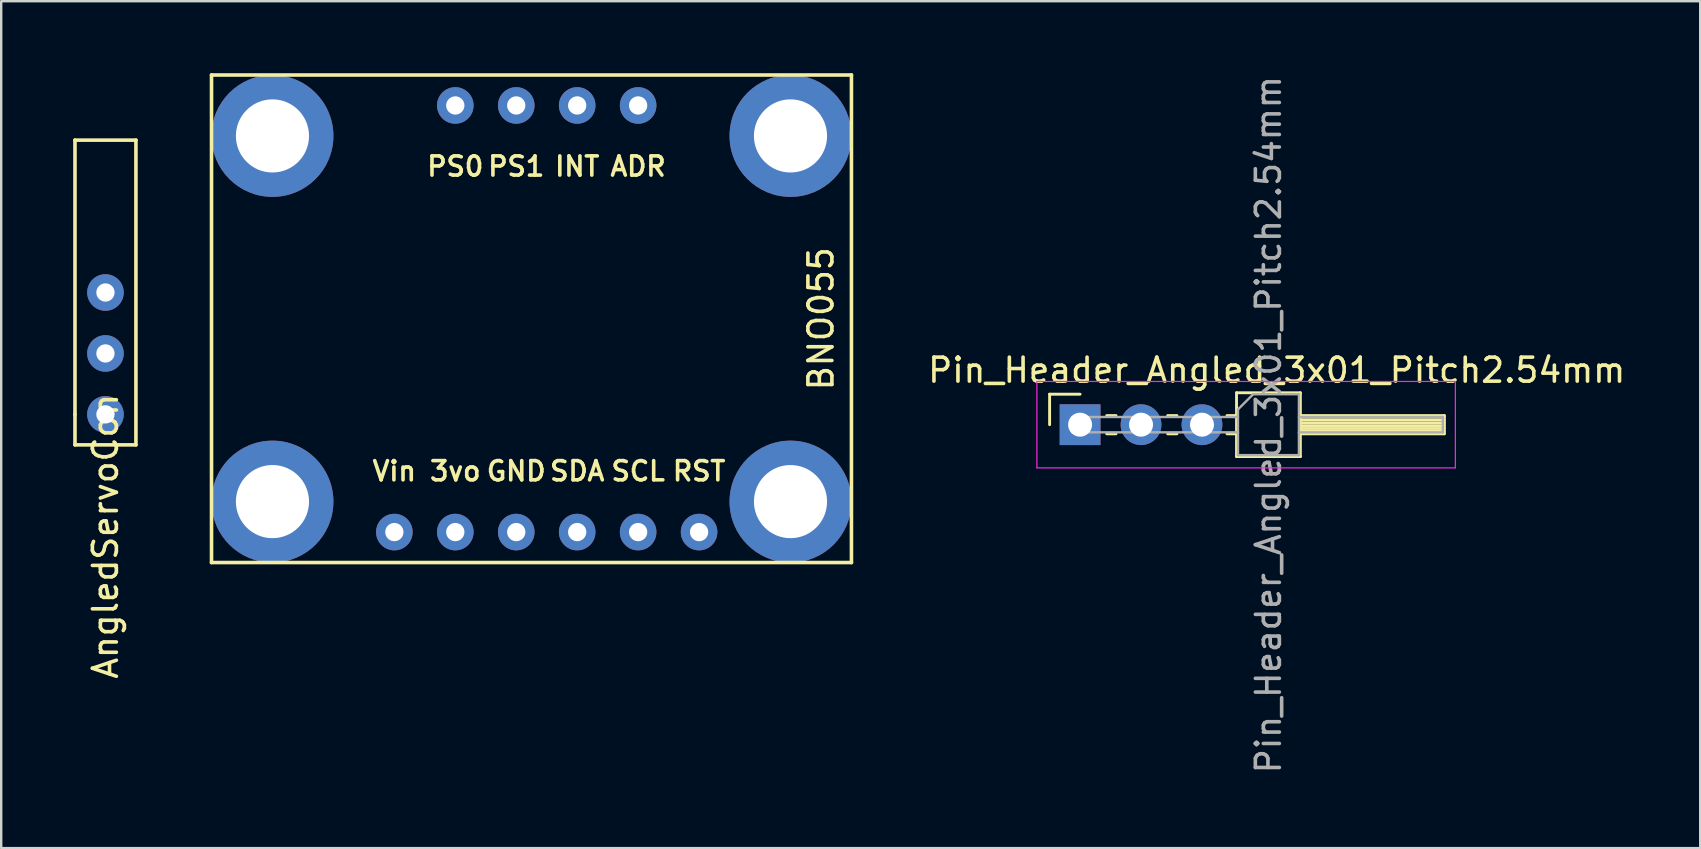
<source format=kicad_pcb>
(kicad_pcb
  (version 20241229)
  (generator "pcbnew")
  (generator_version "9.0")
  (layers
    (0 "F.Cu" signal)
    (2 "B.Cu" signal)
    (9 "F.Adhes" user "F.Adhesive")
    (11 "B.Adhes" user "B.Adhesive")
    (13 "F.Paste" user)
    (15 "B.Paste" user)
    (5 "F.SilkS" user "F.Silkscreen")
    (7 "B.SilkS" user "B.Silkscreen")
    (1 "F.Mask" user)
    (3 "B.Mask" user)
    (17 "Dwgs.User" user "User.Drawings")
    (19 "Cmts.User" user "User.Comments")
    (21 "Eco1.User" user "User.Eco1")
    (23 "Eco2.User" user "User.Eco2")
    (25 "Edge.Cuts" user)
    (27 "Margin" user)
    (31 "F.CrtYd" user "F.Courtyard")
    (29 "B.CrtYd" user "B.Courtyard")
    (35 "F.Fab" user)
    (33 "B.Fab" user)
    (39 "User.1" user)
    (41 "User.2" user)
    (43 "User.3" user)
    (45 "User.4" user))
  (footprint "AngledServoCon"
    (layer "F.Cu")
    (at 1.345 0.25)
    (property "Reference" "AngledServoCon" (at 0 19.05 270) (layer "F.SilkS") (effects (font (size 1 1) (thickness 0.15))))
    (attr through_hole)
    (fp_line (start -1.27 2.54) (end 1.27 2.54) (stroke (width 0.15) (type solid)) (layer "F.SilkS"))
    (fp_line (start -1.27 13.97) (end -1.27 2.54) (stroke (width 0.15) (type solid)) (layer "F.SilkS"))
    (fp_line (start -1.27 15.24) (end -1.27 13.97) (stroke (width 0.15) (type solid)) (layer "F.SilkS"))
    (fp_line (start 1.27 2.54) (end 1.27 15.24) (stroke (width 0.15) (type solid)) (layer "F.SilkS"))
    (fp_line (start 1.27 15.24) (end -1.27 15.24) (stroke (width 0.15) (type solid)) (layer "F.SilkS"))
    (pad "0" thru_hole circle (at 0 8.89) (size 1.524 1.524) (drill 0.762) (layers "*.Cu" "*.Mask"))
    (pad "1" thru_hole circle (at 0 11.43) (size 1.524 1.524) (drill 0.762) (layers "*.Cu" "*.Mask"))
    (pad "2" thru_hole circle (at 0 13.97) (size 1.524 1.524) (drill 0.762) (layers "*.Cu" "*.Mask")))
  (footprint "BNO055"
    (layer "F.Cu")
    (at 13.385 19.125)
    (property "Reference" "BNO055" (at 17.78 -8.89 90) (layer "F.SilkS") (effects (font (size 1 1) (thickness 0.15))))
    (attr through_hole)
    (fp_line (start -7.62 -19.05) (end 19.05 -19.05) (stroke (width 0.15) (type solid)) (layer "F.SilkS"))
    (fp_line (start -7.62 1.27) (end -7.62 -19.05) (stroke (width 0.15) (type solid)) (layer "F.SilkS"))
    (fp_line (start -7.62 1.27) (end 19.05 1.27) (stroke (width 0.15) (type solid)) (layer "F.SilkS"))
    (fp_line (start 19.05 1.27) (end 19.05 -19.05) (stroke (width 0.15) (type solid)) (layer "F.SilkS"))
    (fp_text user "Vin" (at 0 -2.54 0) (layer "F.SilkS") (effects (font (size 0.8 0.8) (thickness 0.15))))
    (fp_text user "PS0" (at 2.54 -15.24 0) (layer "F.SilkS") (effects (font (size 0.8 0.8) (thickness 0.15))))
    (fp_text user "GND" (at 5.08 -2.54 0) (layer "F.SilkS") (effects (font (size 0.8 0.8) (thickness 0.15))))
    (fp_text user "RST" (at 12.7 -2.54 0) (layer "F.SilkS") (effects (font (size 0.8 0.8) (thickness 0.15))))
    (fp_text user "3vo" (at 2.54 -2.54 0) (layer "F.SilkS") (effects (font (size 0.8 0.8) (thickness 0.15))))
    (fp_text user "PS1" (at 5.08 -15.24 0) (layer "F.SilkS") (effects (font (size 0.8 0.8) (thickness 0.15))))
    (fp_text user "SCL" (at 10.16 -2.54 0) (layer "F.SilkS") (effects (font (size 0.8 0.8) (thickness 0.15))))
    (fp_text user "SDA" (at 7.62 -2.54 0) (layer "F.SilkS") (effects (font (size 0.8 0.8) (thickness 0.15))))
    (fp_text user "INT" (at 7.62 -15.24 0) (layer "F.SilkS") (effects (font (size 0.8 0.8) (thickness 0.15))))
    (fp_text user "ADR" (at 10.16 -15.24 0) (layer "F.SilkS") (effects (font (size 0.8 0.8) (thickness 0.15))))
    (pad "" thru_hole circle (at -5.08 -16.51) (size 5.08 5.08) (drill 3.048) (layers "*.Cu" "*.Mask"))
    (pad "" thru_hole circle (at -5.08 -1.27) (size 5.08 5.08) (drill 3.048) (layers "*.Cu" "*.Mask"))
    (pad "" thru_hole circle (at 16.51 -16.51) (size 5.08 5.08) (drill 3.048) (layers "*.Cu" "*.Mask"))
    (pad "" thru_hole circle (at 16.51 -1.27) (size 5.08 5.08) (drill 3.048) (layers "*.Cu" "*.Mask"))
    (pad "1" thru_hole circle (at 0 0) (size 1.524 1.524) (drill 0.762) (layers "*.Cu" "*.Mask"))
    (pad "2" thru_hole circle (at 2.54 0) (size 1.524 1.524) (drill 0.762) (layers "*.Cu" "*.Mask"))
    (pad "3" thru_hole circle (at 5.08 0) (size 1.524 1.524) (drill 0.762) (layers "*.Cu" "*.Mask"))
    (pad "4" thru_hole circle (at 7.62 0) (size 1.524 1.524) (drill 0.762) (layers "*.Cu" "*.Mask"))
    (pad "5" thru_hole circle (at 10.16 0) (size 1.524 1.524) (drill 0.762) (layers "*.Cu" "*.Mask"))
    (pad "6" thru_hole circle (at 12.7 0) (size 1.524 1.524) (drill 0.762) (layers "*.Cu" "*.Mask"))
    (pad "7" thru_hole circle (at 10.16 -17.78) (size 1.524 1.524) (drill 0.762) (layers "*.Cu" "*.Mask"))
    (pad "8" thru_hole circle (at 7.62 -17.78) (size 1.524 1.524) (drill 0.762) (layers "*.Cu" "*.Mask"))
    (pad "9" thru_hole circle (at 5.08 -17.78) (size 1.524 1.524) (drill 0.762) (layers "*.Cu" "*.Mask"))
    (pad "10" thru_hole circle (at 2.54 -17.78) (size 1.524 1.524) (drill 0.762) (layers "*.Cu" "*.Mask")))
  (footprint "Pin_Header_Angled_3x01_Pitch2.54mm"
    (layer "F.Cu")
    (at 44.504 14.649)
    (property "Reference" "Pin_Header_Angled_3x01_Pitch2.54mm" (at 5.655 -2.27 0) (layer "F.SilkS") (effects (font (size 1 1) (thickness 0.15))))
    (attr through_hole)
    (fp_line (start -3.81 -1.27) (end -2.54 -1.27) (stroke (width 0.12) (type solid)) (layer "F.SilkS"))
    (fp_line (start -3.81 0) (end -3.81 -1.27) (stroke (width 0.12) (type solid)) (layer "F.SilkS"))
    (fp_line (start -1.43 -0.38) (end -1.043 -0.38) (stroke (width 0.12) (type solid)) (layer "F.SilkS"))
    (fp_line (start -1.43 0.38) (end -1.043 0.38) (stroke (width 0.12) (type solid)) (layer "F.SilkS"))
    (fp_line (start 1.11 -0.38) (end 1.497 -0.38) (stroke (width 0.12) (type solid)) (layer "F.SilkS"))
    (fp_line (start 1.11 0.38) (end 1.497 0.38) (stroke (width 0.12) (type solid)) (layer "F.SilkS"))
    (fp_line (start 3.583 -0.38) (end 3.98 -0.38) (stroke (width 0.12) (type solid)) (layer "F.SilkS"))
    (fp_line (start 3.583 0.38) (end 3.98 0.38) (stroke (width 0.12) (type solid)) (layer "F.SilkS"))
    (fp_line (start 3.98 -1.33) (end 3.98 1.33) (stroke (width 0.12) (type solid)) (layer "F.SilkS"))
    (fp_line (start 3.98 1.33) (end 6.64 1.33) (stroke (width 0.12) (type solid)) (layer "F.SilkS"))
    (fp_line (start 6.64 -1.33) (end 3.98 -1.33) (stroke (width 0.12) (type solid)) (layer "F.SilkS"))
    (fp_line (start 6.64 -0.38) (end 12.64 -0.38) (stroke (width 0.12) (type solid)) (layer "F.SilkS"))
    (fp_line (start 6.64 -0.32) (end 12.64 -0.32) (stroke (width 0.12) (type solid)) (layer "F.SilkS"))
    (fp_line (start 6.64 -0.2) (end 12.64 -0.2) (stroke (width 0.12) (type solid)) (layer "F.SilkS"))
    (fp_line (start 6.64 -0.08) (end 12.64 -0.08) (stroke (width 0.12) (type solid)) (layer "F.SilkS"))
    (fp_line (start 6.64 0.04) (end 12.64 0.04) (stroke (width 0.12) (type solid)) (layer "F.SilkS"))
    (fp_line (start 6.64 0.16) (end 12.64 0.16) (stroke (width 0.12) (type solid)) (layer "F.SilkS"))
    (fp_line (start 6.64 0.28) (end 12.64 0.28) (stroke (width 0.12) (type solid)) (layer "F.SilkS"))
    (fp_line (start 6.64 1.33) (end 6.64 -1.33) (stroke (width 0.12) (type solid)) (layer "F.SilkS"))
    (fp_line (start 12.64 -0.38) (end 12.64 0.38) (stroke (width 0.12) (type solid)) (layer "F.SilkS"))
    (fp_line (start 12.64 0.38) (end 6.64 0.38) (stroke (width 0.12) (type solid)) (layer "F.SilkS"))
    (fp_line (start -4.34 -1.8) (end -4.34 1.8) (stroke (width 0.05) (type solid)) (layer "F.CrtYd"))
    (fp_line (start -4.34 1.8) (end 13.1 1.8) (stroke (width 0.05) (type solid)) (layer "F.CrtYd"))
    (fp_line (start 13.1 -1.8) (end -4.34 -1.8) (stroke (width 0.05) (type solid)) (layer "F.CrtYd"))
    (fp_line (start 13.1 1.8) (end 13.1 -1.8) (stroke (width 0.05) (type solid)) (layer "F.CrtYd"))
    (fp_line (start -2.86 -0.32) (end -2.86 0.32) (stroke (width 0.1) (type solid)) (layer "F.Fab"))
    (fp_line (start -2.86 -0.32) (end 4.04 -0.32) (stroke (width 0.1) (type solid)) (layer "F.Fab"))
    (fp_line (start -2.86 0.32) (end 4.04 0.32) (stroke (width 0.1) (type solid)) (layer "F.Fab"))
    (fp_line (start 4.04 -0.635) (end 4.675 -1.27) (stroke (width 0.1) (type solid)) (layer "F.Fab"))
    (fp_line (start 4.04 1.27) (end 4.04 -0.635) (stroke (width 0.1) (type solid)) (layer "F.Fab"))
    (fp_line (start 4.675 -1.27) (end 6.58 -1.27) (stroke (width 0.1) (type solid)) (layer "F.Fab"))
    (fp_line (start 6.58 -1.27) (end 6.58 1.27) (stroke (width 0.1) (type solid)) (layer "F.Fab"))
    (fp_line (start 6.58 -0.32) (end 12.58 -0.32) (stroke (width 0.1) (type solid)) (layer "F.Fab"))
    (fp_line (start 6.58 0.32) (end 12.58 0.32) (stroke (width 0.1) (type solid)) (layer "F.Fab"))
    (fp_line (start 6.58 1.27) (end 4.04 1.27) (stroke (width 0.1) (type solid)) (layer "F.Fab"))
    (fp_line (start 12.58 -0.32) (end 12.58 0.32) (stroke (width 0.1) (type solid)) (layer "F.Fab"))
    (fp_text user "${REFERENCE}" (at 5.31 0 90) (layer "F.Fab") (effects (font (size 1 1) (thickness 0.15))))
    (pad "1" thru_hole rect (at -2.54 0) (size 1.7 1.7) (drill 1) (layers "*.Cu" "*.Mask"))
    (pad "2" thru_hole oval (at 0 0) (size 1.7 1.7) (drill 1) (layers "*.Cu" "*.Mask"))
    (pad "3" thru_hole oval (at 2.54 0) (size 1.7 1.7) (drill 1) (layers "*.Cu" "*.Mask")))
  (gr_rect
    (start -3 -3)
    (end 67.808 32.298)
    (stroke (width 0.1) (type default))
    (fill no)
    (layer "Edge.Cuts")))
</source>
